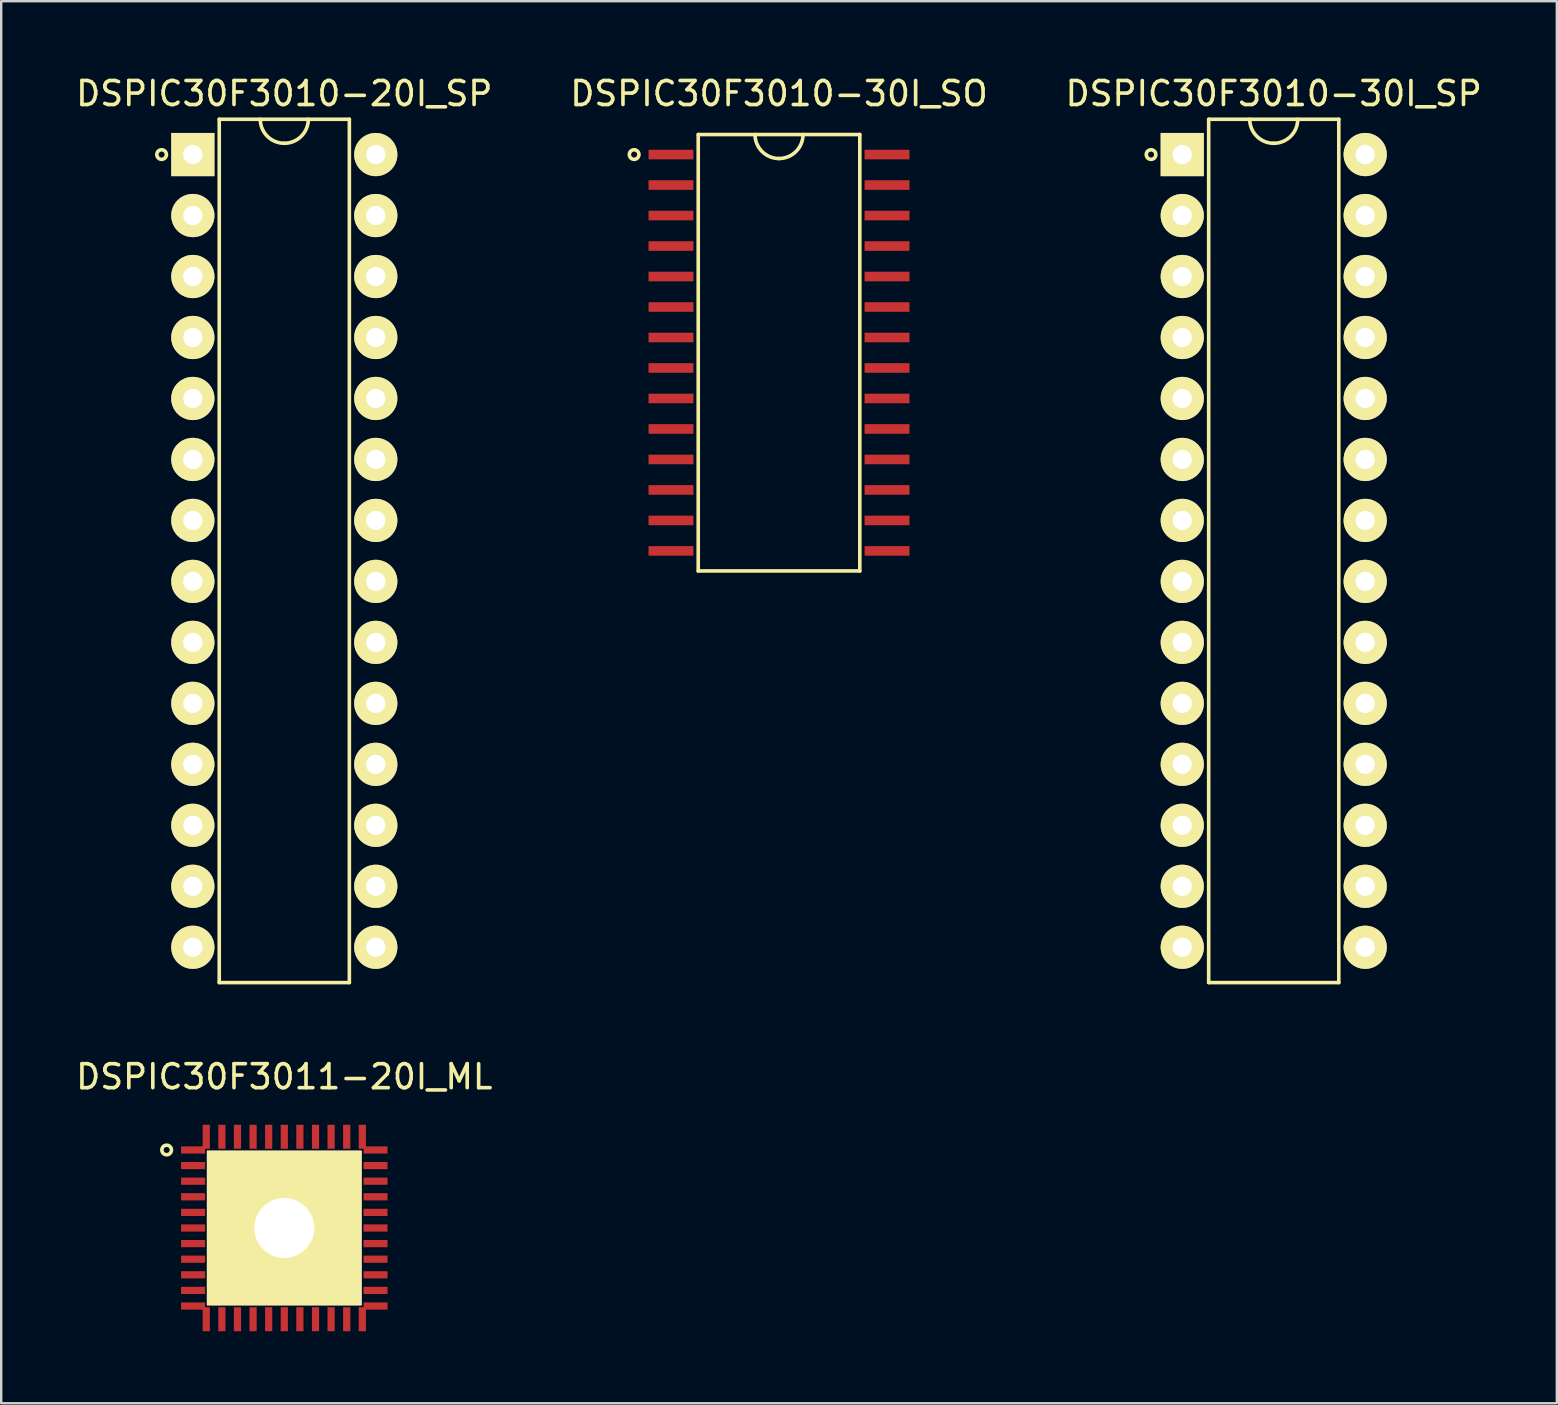
<source format=kicad_pcb>
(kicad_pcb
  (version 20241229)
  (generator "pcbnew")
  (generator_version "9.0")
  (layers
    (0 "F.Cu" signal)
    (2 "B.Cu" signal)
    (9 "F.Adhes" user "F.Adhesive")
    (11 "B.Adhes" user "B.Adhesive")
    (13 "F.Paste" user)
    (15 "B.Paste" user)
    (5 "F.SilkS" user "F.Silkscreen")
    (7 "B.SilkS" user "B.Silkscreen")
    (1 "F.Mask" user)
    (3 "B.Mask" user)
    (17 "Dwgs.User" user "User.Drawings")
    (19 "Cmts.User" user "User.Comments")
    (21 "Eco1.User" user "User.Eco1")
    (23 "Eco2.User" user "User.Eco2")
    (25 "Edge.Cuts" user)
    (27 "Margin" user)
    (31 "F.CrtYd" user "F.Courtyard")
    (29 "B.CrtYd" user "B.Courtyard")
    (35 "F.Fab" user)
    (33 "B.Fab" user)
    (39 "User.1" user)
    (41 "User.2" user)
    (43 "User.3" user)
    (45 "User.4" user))
  (footprint "DSPIC30F3010-30I_SP"
    (layer "F.Cu")
    (at 46.196 3.388)
    (property "Reference" "DSPIC30F3010-30I_SP" (at 3.81 -2.54 0) (layer "F.SilkS") (effects (font (size 1 1) (thickness 0.15))))
    (attr through_hole)
    (fp_line (start 1.1 -1.47) (end 6.52 -1.47) (stroke (width 0.15) (type solid)) (layer "F.SilkS"))
    (fp_line (start 1.1 34.49) (end 1.1 -1.47) (stroke (width 0.15) (type solid)) (layer "F.SilkS"))
    (fp_line (start 6.52 -1.47) (end 6.52 34.49) (stroke (width 0.15) (type solid)) (layer "F.SilkS"))
    (fp_line (start 6.52 34.49) (end 1.1 34.49) (stroke (width 0.15) (type solid)) (layer "F.SilkS"))
    (fp_arc (start 3.81 -0.47) (mid 3.102893 -0.762893) (end 2.81 -1.47) (stroke (width 0.15) (type solid)) (layer "F.SilkS"))
    (fp_arc (start 4.81 -1.47) (mid 4.517107 -0.762893) (end 3.81 -0.47) (stroke (width 0.15) (type solid)) (layer "F.SilkS"))
    (fp_circle (center -1.3 0) (end -1.3 0.2) (stroke (width 0.15) (type solid)) (fill no) (layer "F.SilkS"))
    (pad "1" thru_hole rect (at 0 0) (size 1.8 1.8) (drill 0.8) (layers "*.Cu" "*.Mask" "F.SilkS"))
    (pad "2" thru_hole circle (at 0 2.54) (size 1.8 1.8) (drill 0.8) (layers "*.Cu" "*.Mask" "F.SilkS"))
    (pad "3" thru_hole circle (at 0 5.08) (size 1.8 1.8) (drill 0.8) (layers "*.Cu" "*.Mask" "F.SilkS"))
    (pad "4" thru_hole circle (at 0 7.62) (size 1.8 1.8) (drill 0.8) (layers "*.Cu" "*.Mask" "F.SilkS"))
    (pad "5" thru_hole circle (at 0 10.16) (size 1.8 1.8) (drill 0.8) (layers "*.Cu" "*.Mask" "F.SilkS"))
    (pad "6" thru_hole circle (at 0 12.7) (size 1.8 1.8) (drill 0.8) (layers "*.Cu" "*.Mask" "F.SilkS"))
    (pad "7" thru_hole circle (at 0 15.24) (size 1.8 1.8) (drill 0.8) (layers "*.Cu" "*.Mask" "F.SilkS"))
    (pad "8" thru_hole circle (at 0 17.78) (size 1.8 1.8) (drill 0.8) (layers "*.Cu" "*.Mask" "F.SilkS"))
    (pad "9" thru_hole circle (at 0 20.32) (size 1.8 1.8) (drill 0.8) (layers "*.Cu" "*.Mask" "F.SilkS"))
    (pad "10" thru_hole circle (at 0 22.86) (size 1.8 1.8) (drill 0.8) (layers "*.Cu" "*.Mask" "F.SilkS"))
    (pad "11" thru_hole circle (at 0 25.4) (size 1.8 1.8) (drill 0.8) (layers "*.Cu" "*.Mask" "F.SilkS"))
    (pad "12" thru_hole circle (at 0 27.94) (size 1.8 1.8) (drill 0.8) (layers "*.Cu" "*.Mask" "F.SilkS"))
    (pad "13" thru_hole circle (at 0 30.48) (size 1.8 1.8) (drill 0.8) (layers "*.Cu" "*.Mask" "F.SilkS"))
    (pad "14" thru_hole circle (at 0 33.02) (size 1.8 1.8) (drill 0.8) (layers "*.Cu" "*.Mask" "F.SilkS"))
    (pad "15" thru_hole circle (at 7.62 33.02) (size 1.8 1.8) (drill 0.8) (layers "*.Cu" "*.Mask" "F.SilkS"))
    (pad "16" thru_hole circle (at 7.62 30.48) (size 1.8 1.8) (drill 0.8) (layers "*.Cu" "*.Mask" "F.SilkS"))
    (pad "17" thru_hole circle (at 7.62 27.94) (size 1.8 1.8) (drill 0.8) (layers "*.Cu" "*.Mask" "F.SilkS"))
    (pad "18" thru_hole circle (at 7.62 25.4) (size 1.8 1.8) (drill 0.8) (layers "*.Cu" "*.Mask" "F.SilkS"))
    (pad "19" thru_hole circle (at 7.62 22.86) (size 1.8 1.8) (drill 0.8) (layers "*.Cu" "*.Mask" "F.SilkS"))
    (pad "20" thru_hole circle (at 7.62 20.32) (size 1.8 1.8) (drill 0.8) (layers "*.Cu" "*.Mask" "F.SilkS"))
    (pad "21" thru_hole circle (at 7.62 17.78) (size 1.8 1.8) (drill 0.8) (layers "*.Cu" "*.Mask" "F.SilkS"))
    (pad "22" thru_hole circle (at 7.62 15.24) (size 1.8 1.8) (drill 0.8) (layers "*.Cu" "*.Mask" "F.SilkS"))
    (pad "23" thru_hole circle (at 7.62 12.7) (size 1.8 1.8) (drill 0.8) (layers "*.Cu" "*.Mask" "F.SilkS"))
    (pad "24" thru_hole circle (at 7.62 10.16) (size 1.8 1.8) (drill 0.8) (layers "*.Cu" "*.Mask" "F.SilkS"))
    (pad "25" thru_hole circle (at 7.62 7.62) (size 1.8 1.8) (drill 0.8) (layers "*.Cu" "*.Mask" "F.SilkS"))
    (pad "26" thru_hole circle (at 7.62 5.08) (size 1.8 1.8) (drill 0.8) (layers "*.Cu" "*.Mask" "F.SilkS"))
    (pad "27" thru_hole circle (at 7.62 2.54) (size 1.8 1.8) (drill 0.8) (layers "*.Cu" "*.Mask" "F.SilkS"))
    (pad "28" thru_hole circle (at 7.62 0) (size 1.8 1.8) (drill 0.8) (layers "*.Cu" "*.Mask" "F.SilkS")))
  (footprint "DSPIC30F3011-20I_ML"
    (layer "F.Cu")
    (at 4.992 44.301)
    (property "Reference" "DSPIC30F3011-20I_ML" (at 3.8 -2.5 0) (layer "F.SilkS") (effects (font (size 1 1) (thickness 0.15))))
    (attr through_hole)
    (fp_line (start 0.7 0.7) (end 0.7 6.9) (stroke (width 0.15) (type solid)) (layer "F.SilkS"))
    (fp_line (start 0.7 0.7) (end 6.9 0.7) (stroke (width 0.15) (type solid)) (layer "F.SilkS"))
    (fp_line (start 0.7 6.9) (end 6.9 6.9) (stroke (width 0.15) (type solid)) (layer "F.SilkS"))
    (fp_line (start 6.9 6.9) (end 6.9 0.7) (stroke (width 0.15) (type solid)) (layer "F.SilkS"))
    (fp_circle (center -1.1 0.55) (end -1.1 0.35) (stroke (width 0.15) (type solid)) (fill no) (layer "F.SilkS"))
    (fp_circle (center 1.7 1.7) (end 1.7 1.2) (stroke (width 0.15) (type solid)) (fill no) (layer "F.SilkS"))
    (pad "1" smd rect (at 0 0.55) (size 1 0.3) (layers "F.Cu" "F.Mask" "F.Paste"))
    (pad "2" smd rect (at 0 1.2) (size 1 0.3) (layers "F.Cu" "F.Mask" "F.Paste"))
    (pad "3" smd rect (at 0 1.85) (size 1 0.3) (layers "F.Cu" "F.Mask" "F.Paste"))
    (pad "4" smd rect (at 0 2.5) (size 1 0.3) (layers "F.Cu" "F.Mask" "F.Paste"))
    (pad "5" smd rect (at 0 3.15) (size 1 0.3) (layers "F.Cu" "F.Mask" "F.Paste"))
    (pad "6" smd rect (at 0 3.8) (size 1 0.3) (layers "F.Cu" "F.Mask" "F.Paste"))
    (pad "7" smd rect (at 0 4.45) (size 1 0.3) (layers "F.Cu" "F.Mask" "F.Paste"))
    (pad "8" smd rect (at 0 5.1) (size 1 0.3) (layers "F.Cu" "F.Mask" "F.Paste"))
    (pad "9" smd rect (at 0 5.75) (size 1 0.3) (layers "F.Cu" "F.Mask" "F.Paste"))
    (pad "10" smd rect (at 0 6.4) (size 1 0.3) (layers "F.Cu" "F.Mask" "F.Paste"))
    (pad "11" smd rect (at 0 7.05) (size 1 0.3) (layers "F.Cu" "F.Mask" "F.Paste"))
    (pad "12" smd rect (at 0.55 7.6) (size 0.3 1) (layers "F.Cu" "F.Mask" "F.Paste"))
    (pad "13" smd rect (at 1.2 7.6) (size 0.3 1) (layers "F.Cu" "F.Mask" "F.Paste"))
    (pad "14" smd rect (at 1.85 7.6) (size 0.3 1) (layers "F.Cu" "F.Mask" "F.Paste"))
    (pad "15" smd rect (at 2.5 7.6) (size 0.3 1) (layers "F.Cu" "F.Mask" "F.Paste"))
    (pad "16" smd rect (at 3.15 7.6) (size 0.3 1) (layers "F.Cu" "F.Mask" "F.Paste"))
    (pad "17" smd rect (at 3.8 7.6) (size 0.3 1) (layers "F.Cu" "F.Mask" "F.Paste"))
    (pad "18" smd rect (at 4.45 7.6) (size 0.3 1) (layers "F.Cu" "F.Mask" "F.Paste"))
    (pad "19" smd rect (at 5.1 7.6) (size 0.3 1) (layers "F.Cu" "F.Mask" "F.Paste"))
    (pad "20" smd rect (at 5.75 7.6) (size 0.3 1) (layers "F.Cu" "F.Mask" "F.Paste"))
    (pad "21" smd rect (at 6.4 7.6) (size 0.3 1) (layers "F.Cu" "F.Mask" "F.Paste"))
    (pad "22" smd rect (at 7.05 7.6) (size 0.3 1) (layers "F.Cu" "F.Mask" "F.Paste"))
    (pad "23" smd rect (at 7.6 7.05) (size 1 0.3) (layers "F.Cu" "F.Mask" "F.Paste"))
    (pad "24" smd rect (at 7.6 6.4) (size 1 0.3) (layers "F.Cu" "F.Mask" "F.Paste"))
    (pad "25" smd rect (at 7.6 5.75) (size 1 0.3) (layers "F.Cu" "F.Mask" "F.Paste"))
    (pad "26" smd rect (at 7.6 5.1) (size 1 0.3) (layers "F.Cu" "F.Mask" "F.Paste"))
    (pad "27" smd rect (at 7.6 4.45) (size 1 0.3) (layers "F.Cu" "F.Mask" "F.Paste"))
    (pad "28" smd rect (at 7.6 3.8) (size 1 0.3) (layers "F.Cu" "F.Mask" "F.Paste"))
    (pad "29" smd rect (at 7.6 3.15) (size 1 0.3) (layers "F.Cu" "F.Mask" "F.Paste"))
    (pad "30" smd rect (at 7.6 2.5) (size 1 0.3) (layers "F.Cu" "F.Mask" "F.Paste"))
    (pad "31" smd rect (at 7.6 1.85) (size 1 0.3) (layers "F.Cu" "F.Mask" "F.Paste"))
    (pad "32" smd rect (at 7.6 1.2) (size 1 0.3) (layers "F.Cu" "F.Mask" "F.Paste"))
    (pad "33" smd rect (at 7.6 0.55) (size 1 0.3) (layers "F.Cu" "F.Mask" "F.Paste"))
    (pad "34" smd rect (at 7.05 0) (size 0.3 1) (layers "F.Cu" "F.Mask" "F.Paste"))
    (pad "35" smd rect (at 6.4 0) (size 0.3 1) (layers "F.Cu" "F.Mask" "F.Paste"))
    (pad "36" smd rect (at 5.75 0) (size 0.3 1) (layers "F.Cu" "F.Mask" "F.Paste"))
    (pad "37" smd rect (at 5.1 0) (size 0.3 1) (layers "F.Cu" "F.Mask" "F.Paste"))
    (pad "38" smd rect (at 4.45 0) (size 0.3 1) (layers "F.Cu" "F.Mask" "F.Paste"))
    (pad "39" smd rect (at 3.8 0) (size 0.3 1) (layers "F.Cu" "F.Mask" "F.Paste"))
    (pad "40" smd rect (at 3.15 0) (size 0.3 1) (layers "F.Cu" "F.Mask" "F.Paste"))
    (pad "41" smd rect (at 2.5 0) (size 0.3 1) (layers "F.Cu" "F.Mask" "F.Paste"))
    (pad "42" smd rect (at 1.85 0) (size 0.3 1) (layers "F.Cu" "F.Mask" "F.Paste"))
    (pad "43" smd rect (at 1.2 0) (size 0.3 1) (layers "F.Cu" "F.Mask" "F.Paste"))
    (pad "44" smd rect (at 0.55 0) (size 0.3 1) (layers "F.Cu" "F.Mask" "F.Paste"))
    (pad "999" thru_hole rect (at 3.8 3.8) (size 6.45 6.45) (drill 2.5) (layers "*.Cu" "*.Mask" "F.SilkS")))
  (footprint "DSPIC30F3010-30I_SO"
    (layer "F.Cu")
    (at 24.899 3.388)
    (property "Reference" "DSPIC30F3010-30I_SO" (at 4.5 -2.54 0) (layer "F.SilkS") (effects (font (size 1 1) (thickness 0.15))))
    (attr through_hole)
    (fp_line (start 1.135 -0.835) (end 7.865 -0.835) (stroke (width 0.15) (type solid)) (layer "F.SilkS"))
    (fp_line (start 1.135 17.345) (end 1.135 -0.835) (stroke (width 0.15) (type solid)) (layer "F.SilkS"))
    (fp_line (start 7.865 -0.835) (end 7.865 17.345) (stroke (width 0.15) (type solid)) (layer "F.SilkS"))
    (fp_line (start 7.865 17.345) (end 1.135 17.345) (stroke (width 0.15) (type solid)) (layer "F.SilkS"))
    (fp_arc (start 4.5 0.165) (mid 3.792893 -0.127893) (end 3.5 -0.835) (stroke (width 0.15) (type solid)) (layer "F.SilkS"))
    (fp_arc (start 5.5 -0.835) (mid 5.207107 -0.127893) (end 4.5 0.165) (stroke (width 0.15) (type solid)) (layer "F.SilkS"))
    (fp_circle (center -1.535 0) (end -1.535 0.2) (stroke (width 0.15) (type solid)) (fill no) (layer "F.SilkS"))
    (pad "1" smd rect (at 0 0) (size 1.87 0.4) (layers "F.Cu" "F.Mask" "F.Paste"))
    (pad "2" smd rect (at 0 1.27) (size 1.87 0.4) (layers "F.Cu" "F.Mask" "F.Paste"))
    (pad "3" smd rect (at 0 2.54) (size 1.87 0.4) (layers "F.Cu" "F.Mask" "F.Paste"))
    (pad "4" smd rect (at 0 3.81) (size 1.87 0.4) (layers "F.Cu" "F.Mask" "F.Paste"))
    (pad "5" smd rect (at 0 5.08) (size 1.87 0.4) (layers "F.Cu" "F.Mask" "F.Paste"))
    (pad "6" smd rect (at 0 6.35) (size 1.87 0.4) (layers "F.Cu" "F.Mask" "F.Paste"))
    (pad "7" smd rect (at 0 7.62) (size 1.87 0.4) (layers "F.Cu" "F.Mask" "F.Paste"))
    (pad "8" smd rect (at 0 8.89) (size 1.87 0.4) (layers "F.Cu" "F.Mask" "F.Paste"))
    (pad "9" smd rect (at 0 10.16) (size 1.87 0.4) (layers "F.Cu" "F.Mask" "F.Paste"))
    (pad "10" smd rect (at 0 11.43) (size 1.87 0.4) (layers "F.Cu" "F.Mask" "F.Paste"))
    (pad "11" smd rect (at 0 12.7) (size 1.87 0.4) (layers "F.Cu" "F.Mask" "F.Paste"))
    (pad "12" smd rect (at 0 13.97) (size 1.87 0.4) (layers "F.Cu" "F.Mask" "F.Paste"))
    (pad "13" smd rect (at 0 15.24) (size 1.87 0.4) (layers "F.Cu" "F.Mask" "F.Paste"))
    (pad "14" smd rect (at 0 16.51) (size 1.87 0.4) (layers "F.Cu" "F.Mask" "F.Paste"))
    (pad "15" smd rect (at 9 16.51) (size 1.87 0.4) (layers "F.Cu" "F.Mask" "F.Paste"))
    (pad "16" smd rect (at 9 15.24) (size 1.87 0.4) (layers "F.Cu" "F.Mask" "F.Paste"))
    (pad "17" smd rect (at 9 13.97) (size 1.87 0.4) (layers "F.Cu" "F.Mask" "F.Paste"))
    (pad "18" smd rect (at 9 12.7) (size 1.87 0.4) (layers "F.Cu" "F.Mask" "F.Paste"))
    (pad "19" smd rect (at 9 11.43) (size 1.87 0.4) (layers "F.Cu" "F.Mask" "F.Paste"))
    (pad "20" smd rect (at 9 10.16) (size 1.87 0.4) (layers "F.Cu" "F.Mask" "F.Paste"))
    (pad "21" smd rect (at 9 8.89) (size 1.87 0.4) (layers "F.Cu" "F.Mask" "F.Paste"))
    (pad "22" smd rect (at 9 7.62) (size 1.87 0.4) (layers "F.Cu" "F.Mask" "F.Paste"))
    (pad "23" smd rect (at 9 6.35) (size 1.87 0.4) (layers "F.Cu" "F.Mask" "F.Paste"))
    (pad "24" smd rect (at 9 5.08) (size 1.87 0.4) (layers "F.Cu" "F.Mask" "F.Paste"))
    (pad "25" smd rect (at 9 3.81) (size 1.87 0.4) (layers "F.Cu" "F.Mask" "F.Paste"))
    (pad "26" smd rect (at 9 2.54) (size 1.87 0.4) (layers "F.Cu" "F.Mask" "F.Paste"))
    (pad "27" smd rect (at 9 1.27) (size 1.87 0.4) (layers "F.Cu" "F.Mask" "F.Paste"))
    (pad "28" smd rect (at 9 0) (size 1.87 0.4) (layers "F.Cu" "F.Mask" "F.Paste")))
  (footprint "DSPIC30F3010-20I_SP"
    (layer "F.Cu")
    (at 4.982 3.388)
    (property "Reference" "DSPIC30F3010-20I_SP" (at 3.81 -2.54 0) (layer "F.SilkS") (effects (font (size 1 1) (thickness 0.15))))
    (attr through_hole)
    (fp_line (start 1.1 -1.47) (end 6.52 -1.47) (stroke (width 0.15) (type solid)) (layer "F.SilkS"))
    (fp_line (start 1.1 34.49) (end 1.1 -1.47) (stroke (width 0.15) (type solid)) (layer "F.SilkS"))
    (fp_line (start 6.52 -1.47) (end 6.52 34.49) (stroke (width 0.15) (type solid)) (layer "F.SilkS"))
    (fp_line (start 6.52 34.49) (end 1.1 34.49) (stroke (width 0.15) (type solid)) (layer "F.SilkS"))
    (fp_arc (start 3.81 -0.47) (mid 3.102893 -0.762893) (end 2.81 -1.47) (stroke (width 0.15) (type solid)) (layer "F.SilkS"))
    (fp_arc (start 4.81 -1.47) (mid 4.517107 -0.762893) (end 3.81 -0.47) (stroke (width 0.15) (type solid)) (layer "F.SilkS"))
    (fp_circle (center -1.3 0) (end -1.3 0.2) (stroke (width 0.15) (type solid)) (fill no) (layer "F.SilkS"))
    (pad "1" thru_hole rect (at 0 0) (size 1.8 1.8) (drill 0.8) (layers "*.Cu" "*.Mask" "F.SilkS"))
    (pad "2" thru_hole circle (at 0 2.54) (size 1.8 1.8) (drill 0.8) (layers "*.Cu" "*.Mask" "F.SilkS"))
    (pad "3" thru_hole circle (at 0 5.08) (size 1.8 1.8) (drill 0.8) (layers "*.Cu" "*.Mask" "F.SilkS"))
    (pad "4" thru_hole circle (at 0 7.62) (size 1.8 1.8) (drill 0.8) (layers "*.Cu" "*.Mask" "F.SilkS"))
    (pad "5" thru_hole circle (at 0 10.16) (size 1.8 1.8) (drill 0.8) (layers "*.Cu" "*.Mask" "F.SilkS"))
    (pad "6" thru_hole circle (at 0 12.7) (size 1.8 1.8) (drill 0.8) (layers "*.Cu" "*.Mask" "F.SilkS"))
    (pad "7" thru_hole circle (at 0 15.24) (size 1.8 1.8) (drill 0.8) (layers "*.Cu" "*.Mask" "F.SilkS"))
    (pad "8" thru_hole circle (at 0 17.78) (size 1.8 1.8) (drill 0.8) (layers "*.Cu" "*.Mask" "F.SilkS"))
    (pad "9" thru_hole circle (at 0 20.32) (size 1.8 1.8) (drill 0.8) (layers "*.Cu" "*.Mask" "F.SilkS"))
    (pad "10" thru_hole circle (at 0 22.86) (size 1.8 1.8) (drill 0.8) (layers "*.Cu" "*.Mask" "F.SilkS"))
    (pad "11" thru_hole circle (at 0 25.4) (size 1.8 1.8) (drill 0.8) (layers "*.Cu" "*.Mask" "F.SilkS"))
    (pad "12" thru_hole circle (at 0 27.94) (size 1.8 1.8) (drill 0.8) (layers "*.Cu" "*.Mask" "F.SilkS"))
    (pad "13" thru_hole circle (at 0 30.48) (size 1.8 1.8) (drill 0.8) (layers "*.Cu" "*.Mask" "F.SilkS"))
    (pad "14" thru_hole circle (at 0 33.02) (size 1.8 1.8) (drill 0.8) (layers "*.Cu" "*.Mask" "F.SilkS"))
    (pad "15" thru_hole circle (at 7.62 33.02) (size 1.8 1.8) (drill 0.8) (layers "*.Cu" "*.Mask" "F.SilkS"))
    (pad "16" thru_hole circle (at 7.62 30.48) (size 1.8 1.8) (drill 0.8) (layers "*.Cu" "*.Mask" "F.SilkS"))
    (pad "17" thru_hole circle (at 7.62 27.94) (size 1.8 1.8) (drill 0.8) (layers "*.Cu" "*.Mask" "F.SilkS"))
    (pad "18" thru_hole circle (at 7.62 25.4) (size 1.8 1.8) (drill 0.8) (layers "*.Cu" "*.Mask" "F.SilkS"))
    (pad "19" thru_hole circle (at 7.62 22.86) (size 1.8 1.8) (drill 0.8) (layers "*.Cu" "*.Mask" "F.SilkS"))
    (pad "20" thru_hole circle (at 7.62 20.32) (size 1.8 1.8) (drill 0.8) (layers "*.Cu" "*.Mask" "F.SilkS"))
    (pad "21" thru_hole circle (at 7.62 17.78) (size 1.8 1.8) (drill 0.8) (layers "*.Cu" "*.Mask" "F.SilkS"))
    (pad "22" thru_hole circle (at 7.62 15.24) (size 1.8 1.8) (drill 0.8) (layers "*.Cu" "*.Mask" "F.SilkS"))
    (pad "23" thru_hole circle (at 7.62 12.7) (size 1.8 1.8) (drill 0.8) (layers "*.Cu" "*.Mask" "F.SilkS"))
    (pad "24" thru_hole circle (at 7.62 10.16) (size 1.8 1.8) (drill 0.8) (layers "*.Cu" "*.Mask" "F.SilkS"))
    (pad "25" thru_hole circle (at 7.62 7.62) (size 1.8 1.8) (drill 0.8) (layers "*.Cu" "*.Mask" "F.SilkS"))
    (pad "26" thru_hole circle (at 7.62 5.08) (size 1.8 1.8) (drill 0.8) (layers "*.Cu" "*.Mask" "F.SilkS"))
    (pad "27" thru_hole circle (at 7.62 2.54) (size 1.8 1.8) (drill 0.8) (layers "*.Cu" "*.Mask" "F.SilkS"))
    (pad "28" thru_hole circle (at 7.62 0) (size 1.8 1.8) (drill 0.8) (layers "*.Cu" "*.Mask" "F.SilkS")))
  (gr_rect
    (start -3 -3)
    (end 61.798 55.401)
    (stroke (width 0.1) (type default))
    (fill no)
    (layer "Edge.Cuts")))
</source>
